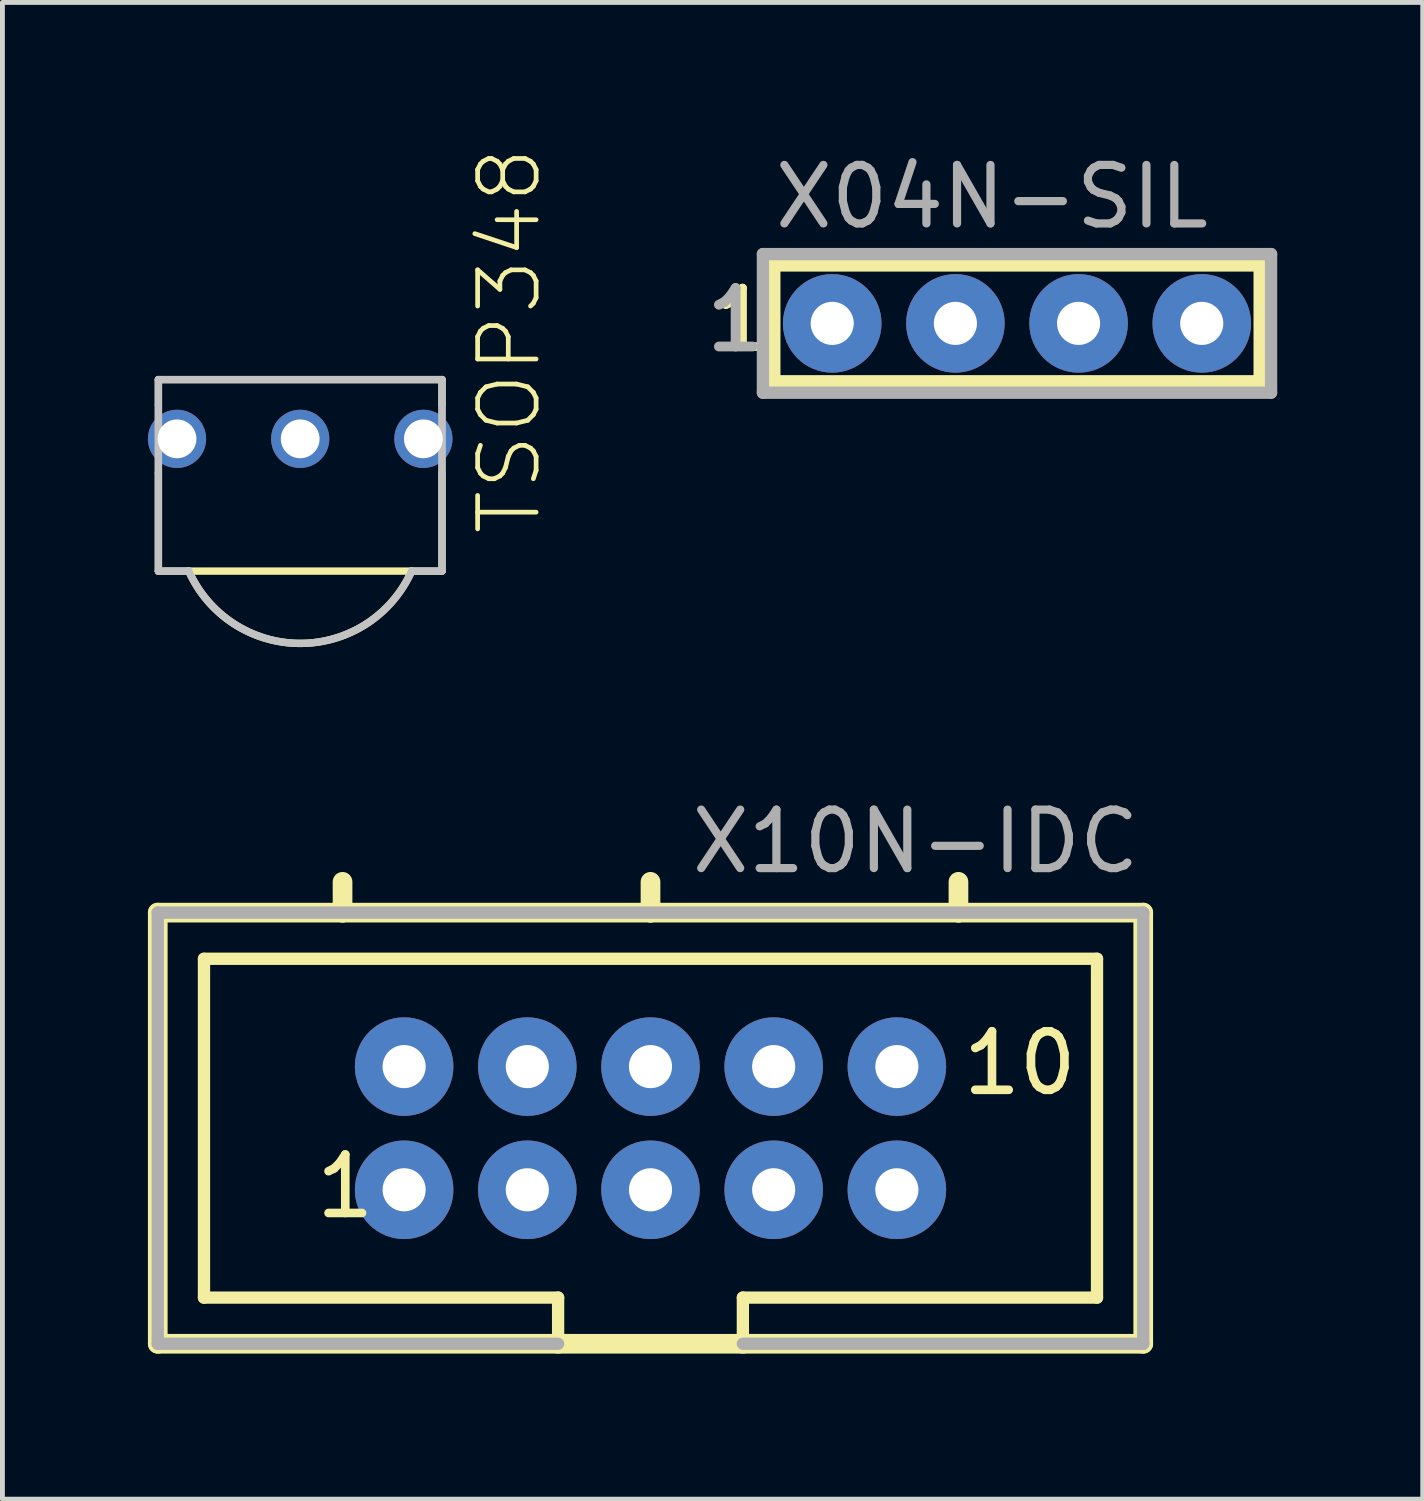
<source format=kicad_pcb>
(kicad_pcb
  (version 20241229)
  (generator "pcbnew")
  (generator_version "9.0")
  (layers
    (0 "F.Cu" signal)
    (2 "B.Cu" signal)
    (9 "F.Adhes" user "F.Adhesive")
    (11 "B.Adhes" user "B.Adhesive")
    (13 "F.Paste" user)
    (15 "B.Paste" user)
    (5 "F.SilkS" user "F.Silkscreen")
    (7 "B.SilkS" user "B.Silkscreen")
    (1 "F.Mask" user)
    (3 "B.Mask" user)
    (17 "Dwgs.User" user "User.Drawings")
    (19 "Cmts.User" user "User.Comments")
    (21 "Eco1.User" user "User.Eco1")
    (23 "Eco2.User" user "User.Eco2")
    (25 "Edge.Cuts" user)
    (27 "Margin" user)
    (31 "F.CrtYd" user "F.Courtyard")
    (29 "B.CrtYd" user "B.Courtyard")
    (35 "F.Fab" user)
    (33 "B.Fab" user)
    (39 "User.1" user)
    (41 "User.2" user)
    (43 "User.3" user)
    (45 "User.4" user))
  (footprint "X10N-IDC"
    (layer "F.Cu")
    (at 10.363 20.213)
    (property "Reference" "X10N-IDC" (at 0.762 -5.207 180) (layer "F.Fab") (effects (font (size 1.206 1.206) (thickness 0.169)) (justify left bottom)))
    (attr through_hole)
    (fp_line (start -10.16 -4.445) (end -10.16 4.445) (stroke (width 0.406) (type solid)) (layer "F.SilkS"))
    (fp_line (start -10.16 4.445) (end -1.905 4.445) (stroke (width 0.406) (type solid)) (layer "F.SilkS"))
    (fp_line (start -9.207 -3.493) (end -9.207 3.493) (stroke (width 0.254) (type solid)) (layer "F.SilkS"))
    (fp_line (start -9.207 3.493) (end -1.905 3.493) (stroke (width 0.254) (type solid)) (layer "F.SilkS"))
    (fp_line (start -6.35 -4.445) (end -10.16 -4.445) (stroke (width 0.406) (type solid)) (layer "F.SilkS"))
    (fp_line (start -6.35 -4.445) (end -6.35 -5.08) (stroke (width 0.406) (type solid)) (layer "F.SilkS"))
    (fp_line (start -1.905 3.493) (end -1.905 4.445) (stroke (width 0.254) (type solid)) (layer "F.SilkS"))
    (fp_line (start -1.905 4.445) (end 1.905 4.445) (stroke (width 0.406) (type solid)) (layer "F.SilkS"))
    (fp_line (start 0 -4.445) (end -6.35 -4.445) (stroke (width 0.406) (type solid)) (layer "F.SilkS"))
    (fp_line (start 0 -4.445) (end 0 -5.08) (stroke (width 0.406) (type solid)) (layer "F.SilkS"))
    (fp_line (start 1.905 3.493) (end 9.207 3.493) (stroke (width 0.254) (type solid)) (layer "F.SilkS"))
    (fp_line (start 1.905 4.445) (end 1.905 3.493) (stroke (width 0.254) (type solid)) (layer "F.SilkS"))
    (fp_line (start 1.905 4.445) (end 10.16 4.445) (stroke (width 0.406) (type solid)) (layer "F.SilkS"))
    (fp_line (start 6.35 -4.445) (end 0 -4.445) (stroke (width 0.406) (type solid)) (layer "F.SilkS"))
    (fp_line (start 6.35 -4.445) (end 6.35 -5.08) (stroke (width 0.406) (type solid)) (layer "F.SilkS"))
    (fp_line (start 9.207 -3.493) (end -9.207 -3.493) (stroke (width 0.254) (type solid)) (layer "F.SilkS"))
    (fp_line (start 9.207 3.493) (end 9.207 -3.493) (stroke (width 0.254) (type solid)) (layer "F.SilkS"))
    (fp_line (start 10.16 -4.445) (end 6.35 -4.445) (stroke (width 0.406) (type solid)) (layer "F.SilkS"))
    (fp_line (start 10.16 4.445) (end 10.16 -4.445) (stroke (width 0.406) (type solid)) (layer "F.SilkS"))
    (fp_circle (center -5.08 -1.27) (end -4.921 -1.27) (stroke (width 0.318) (type solid)) (fill no) (layer "F.SilkS"))
    (fp_circle (center -5.08 1.27) (end -4.921 1.27) (stroke (width 0.318) (type solid)) (fill no) (layer "F.SilkS"))
    (fp_circle (center -2.54 -1.27) (end -2.381 -1.27) (stroke (width 0.318) (type solid)) (fill no) (layer "F.SilkS"))
    (fp_circle (center -2.54 1.27) (end -2.381 1.27) (stroke (width 0.318) (type solid)) (fill no) (layer "F.SilkS"))
    (fp_circle (center 0 -1.27) (end 0.159 -1.27) (stroke (width 0.318) (type solid)) (fill no) (layer "F.SilkS"))
    (fp_circle (center 0 1.27) (end 0.159 1.27) (stroke (width 0.318) (type solid)) (fill no) (layer "F.SilkS"))
    (fp_circle (center 2.54 -1.27) (end 2.699 -1.27) (stroke (width 0.318) (type solid)) (fill no) (layer "F.SilkS"))
    (fp_circle (center 2.54 1.27) (end 2.699 1.27) (stroke (width 0.318) (type solid)) (fill no) (layer "F.SilkS"))
    (fp_circle (center 5.08 -1.27) (end 5.239 -1.27) (stroke (width 0.318) (type solid)) (fill no) (layer "F.SilkS"))
    (fp_circle (center 5.08 1.27) (end 5.239 1.27) (stroke (width 0.318) (type solid)) (fill no) (layer "F.SilkS"))
    (fp_line (start -10.16 -4.445) (end 10.16 -4.445) (stroke (width 0.254) (type solid)) (layer "F.Fab"))
    (fp_line (start -10.16 4.445) (end -10.16 -4.445) (stroke (width 0.254) (type solid)) (layer "F.Fab"))
    (fp_line (start -1.905 4.445) (end -10.16 4.445) (stroke (width 0.254) (type solid)) (layer "F.Fab"))
    (fp_line (start 10.16 -4.445) (end 10.16 4.445) (stroke (width 0.254) (type solid)) (layer "F.Fab"))
    (fp_line (start 10.16 4.445) (end 1.905 4.445) (stroke (width 0.254) (type solid)) (layer "F.Fab"))
    (fp_text user "10" (at 6.35 -0.635 0) (layer "F.SilkS") (effects (font (size 1.206 1.206) (thickness 0.178)) (justify left bottom)))
    (fp_text user "1" (at -6.985 1.905 0) (layer "F.SilkS") (effects (font (size 1.206 1.206) (thickness 0.178)) (justify left bottom)))
    (pad "1" thru_hole circle (at -5.08 1.27) (size 2.032 2.032) (drill 0.889) (layers "*.Cu" "*.Mask"))
    (pad "2" thru_hole circle (at -5.08 -1.27) (size 2.032 2.032) (drill 0.889) (layers "*.Cu" "*.Mask"))
    (pad "3" thru_hole circle (at -2.54 1.27) (size 2.032 2.032) (drill 0.889) (layers "*.Cu" "*.Mask"))
    (pad "4" thru_hole circle (at -2.54 -1.27) (size 2.032 2.032) (drill 0.889) (layers "*.Cu" "*.Mask"))
    (pad "5" thru_hole circle (at 0 1.27) (size 2.032 2.032) (drill 0.889) (layers "*.Cu" "*.Mask"))
    (pad "6" thru_hole circle (at 0 -1.27) (size 2.032 2.032) (drill 0.889) (layers "*.Cu" "*.Mask"))
    (pad "7" thru_hole circle (at 2.54 1.27) (size 2.032 2.032) (drill 0.889) (layers "*.Cu" "*.Mask"))
    (pad "8" thru_hole circle (at 2.54 -1.27) (size 2.032 2.032) (drill 0.889) (layers "*.Cu" "*.Mask"))
    (pad "9" thru_hole circle (at 5.08 1.27) (size 2.032 2.032) (drill 0.889) (layers "*.Cu" "*.Mask"))
    (pad "10" thru_hole circle (at 5.08 -1.27) (size 2.032 2.032) (drill 0.889) (layers "*.Cu" "*.Mask")))
  (footprint "TSOP348"
    (layer "F.Cu")
    (at 3.14 5.999)
    (property "Reference" "TSOP348" (at 5.017 2.035 270) (layer "F.SilkS") (effects (font (size 1.206 1.206) (thickness 0.097)) (justify left bottom)))
    (attr through_hole)
    (fp_line (start -2.924 -1.222) (end -2.924 -0.7) (stroke (width 0.152) (type solid)) (layer "F.SilkS"))
    (fp_line (start -2.924 -1.222) (end 2.924 -1.222) (stroke (width 0.152) (type solid)) (layer "F.SilkS"))
    (fp_line (start -2.924 0.7) (end -2.924 2.727) (stroke (width 0.152) (type solid)) (layer "F.SilkS"))
    (fp_line (start -2.924 2.727) (end -2.297 2.727) (stroke (width 0.152) (type solid)) (layer "F.SilkS"))
    (fp_line (start -2.297 2.727) (end 2.297 2.727) (stroke (width 0.152) (type solid)) (layer "F.SilkS"))
    (fp_line (start 2.297 2.727) (end 2.924 2.727) (stroke (width 0.152) (type solid)) (layer "F.SilkS"))
    (fp_line (start 2.924 -1.222) (end 2.924 -0.7) (stroke (width 0.152) (type solid)) (layer "F.SilkS"))
    (fp_line (start 2.924 0.7) (end 2.924 2.727) (stroke (width 0.152) (type solid)) (layer "F.SilkS"))
    (fp_arc (start 2.2968 2.727) (mid 0 4.217552) (end -2.2968 2.727) (stroke (width 0.1524) (type solid)) (layer "F.SilkS"))
    (fp_line (start -2.924 -1.222) (end 2.924 -1.222) (stroke (width 0.152) (type solid)) (layer "Dwgs.User"))
    (fp_line (start -2.924 2.727) (end -2.924 -1.222) (stroke (width 0.152) (type solid)) (layer "Dwgs.User"))
    (fp_line (start -2.297 2.727) (end -2.924 2.727) (stroke (width 0.152) (type solid)) (layer "Dwgs.User"))
    (fp_line (start 2.924 -1.222) (end 2.924 2.727) (stroke (width 0.152) (type solid)) (layer "Dwgs.User"))
    (fp_line (start 2.924 2.727) (end 2.297 2.727) (stroke (width 0.152) (type solid)) (layer "Dwgs.User"))
    (fp_arc (start 2.2968 2.727) (mid 0 4.217552) (end -2.2968 2.727) (stroke (width 0.1524) (type solid)) (layer "Dwgs.User"))
    (fp_line (start -2.924 -0.7) (end -2.924 0.7) (stroke (width 0.152) (type solid)) (layer "F.Fab"))
    (fp_line (start 2.924 -0.7) (end 2.924 0.7) (stroke (width 0.152) (type solid)) (layer "F.Fab"))
    (pad "1" thru_hole circle (at -2.54 0) (size 1.2 1.2) (drill 0.8) (layers "*.Cu" "*.Mask"))
    (pad "2" thru_hole circle (at 0 0) (size 1.2 1.2) (drill 0.8) (layers "*.Cu" "*.Mask"))
    (pad "3" thru_hole circle (at 2.54 0) (size 1.2 1.2) (drill 0.8) (layers "*.Cu" "*.Mask")))
  (footprint "X04N-SIL"
    (layer "F.Cu")
    (at 17.92 3.618)
    (property "Reference" "X04N-SIL" (at -5.08 -1.905 0) (layer "F.Fab") (effects (font (size 1.206 1.206) (thickness 0.169)) (justify left bottom)))
    (attr through_hole)
    (fp_line (start -5.08 -1.27) (end -5.08 1.27) (stroke (width 0.406) (type solid)) (layer "F.SilkS"))
    (fp_line (start -5.08 1.27) (end 5.08 1.27) (stroke (width 0.406) (type solid)) (layer "F.SilkS"))
    (fp_line (start 5.08 -1.27) (end -5.08 -1.27) (stroke (width 0.406) (type solid)) (layer "F.SilkS"))
    (fp_line (start 5.08 1.27) (end 5.08 -1.27) (stroke (width 0.406) (type solid)) (layer "F.SilkS"))
    (fp_circle (center -3.81 0) (end -3.651 0) (stroke (width 0.318) (type solid)) (fill no) (layer "F.SilkS"))
    (fp_circle (center -1.27 0) (end -1.111 0) (stroke (width 0.318) (type solid)) (fill no) (layer "F.SilkS"))
    (fp_circle (center 1.27 0) (end 1.429 0) (stroke (width 0.318) (type solid)) (fill no) (layer "F.SilkS"))
    (fp_circle (center 3.81 0) (end 3.969 0) (stroke (width 0.318) (type solid)) (fill no) (layer "F.SilkS"))
    (fp_line (start -5.239 -1.429) (end 5.239 -1.429) (stroke (width 0.254) (type solid)) (layer "F.Fab"))
    (fp_line (start -5.239 1.429) (end -5.239 -1.429) (stroke (width 0.254) (type solid)) (layer "F.Fab"))
    (fp_line (start 5.239 -1.429) (end 5.239 1.429) (stroke (width 0.254) (type solid)) (layer "F.Fab"))
    (fp_line (start 5.239 1.429) (end -5.239 1.429) (stroke (width 0.254) (type solid)) (layer "F.Fab"))
    (fp_text user "1" (at -6.35 0.635 0) (layer "F.SilkS") (effects (font (size 1.206 1.206) (thickness 0.178)) (justify left bottom)))
    (fp_text user "1" (at -6.509 0.635 0) (layer "F.Fab") (effects (font (size 1.206 1.206) (thickness 0.203)) (justify left bottom)))
    (pad "1" thru_hole circle (at -3.81 0) (size 2.032 2.032) (drill 0.889) (layers "*.Cu" "*.Mask"))
    (pad "2" thru_hole circle (at -1.27 0) (size 2.032 2.032) (drill 0.889) (layers "*.Cu" "*.Mask"))
    (pad "3" thru_hole circle (at 1.27 0) (size 2.032 2.032) (drill 0.889) (layers "*.Cu" "*.Mask"))
    (pad "4" thru_hole circle (at 3.81 0) (size 2.032 2.032) (drill 0.889) (layers "*.Cu" "*.Mask")))
  (gr_rect
    (start -3 -3)
    (end 26.286 27.862)
    (stroke (width 0.1) (type default))
    (fill no)
    (layer "Edge.Cuts")))
</source>
